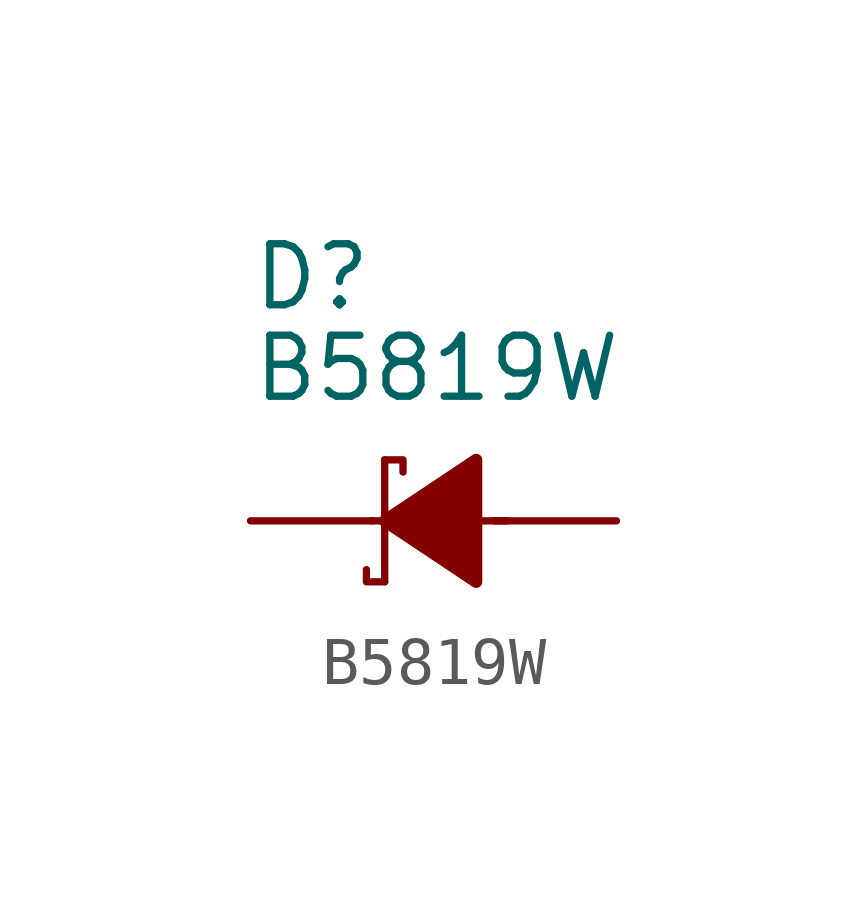
<source format=kicad_sym>
(kicad_symbol_lib
  (version 20211014)
  (generator kicad_symbol_editor)
  (symbol "B5819W"
    (pin_numbers hide)
    (pin_names
      (offset 0.762))
    (property "Reference" "D"
      (at -3.81 5.08 0)
      (effects (font (size 1.27 1.27)) (justify left)))
    (property "Value" "B5819W"
      (at -3.81 3.175 0)
      (effects (font (size 1.27 1.27)) (justify left)))
    (symbol "B5819W_0_0"
      (pin passive line (at -3.81 0 0) (length 2.54) (name "~" (effects (font (size 1.27 1.27)))) (number "1" (effects (font (size 1.27 1.27)))))
      (pin passive line (at 3.81 0 180) (length 2.54) (name "~" (effects (font (size 1.27 1.27)))) (number "2" (effects (font (size 1.27 1.27))))))
    (symbol "B5819W_0_1"
      (polyline (pts (xy -1.27 0) (xy -1.016 0)) (stroke (width 0) (type default) (color 0 0 0 0)) (fill (type none)))
      (polyline (pts (xy -1.016 1.27) (xy -1.016 -1.27)) (stroke (width 0.152) (type default) (color 0 0 0 0)) (fill (type none)))
      (polyline (pts (xy 0.889 0) (xy 1.524 0)) (stroke (width 0) (type default) (color 0 0 0 0)) (fill (type none)))
      (polyline (pts (xy -1.016 -1.27) (xy -1.397 -1.27) (xy -1.397 -1.016)) (stroke (width 0) (type default) (color 0 0 0 0)) (fill (type none)))
      (polyline (pts (xy -1.016 1.27) (xy -0.635 1.27) (xy -0.635 1.016)) (stroke (width 0) (type default) (color 0 0 0 0)) (fill (type none)))
      (polyline (pts (xy -1.016 0) (xy 0.889 1.27) (xy 0.889 -1.27) (xy -1.016 0)) (stroke (width 0.254) (type default) (color 0 0 0 0)) (fill (type outline))))))
</source>
